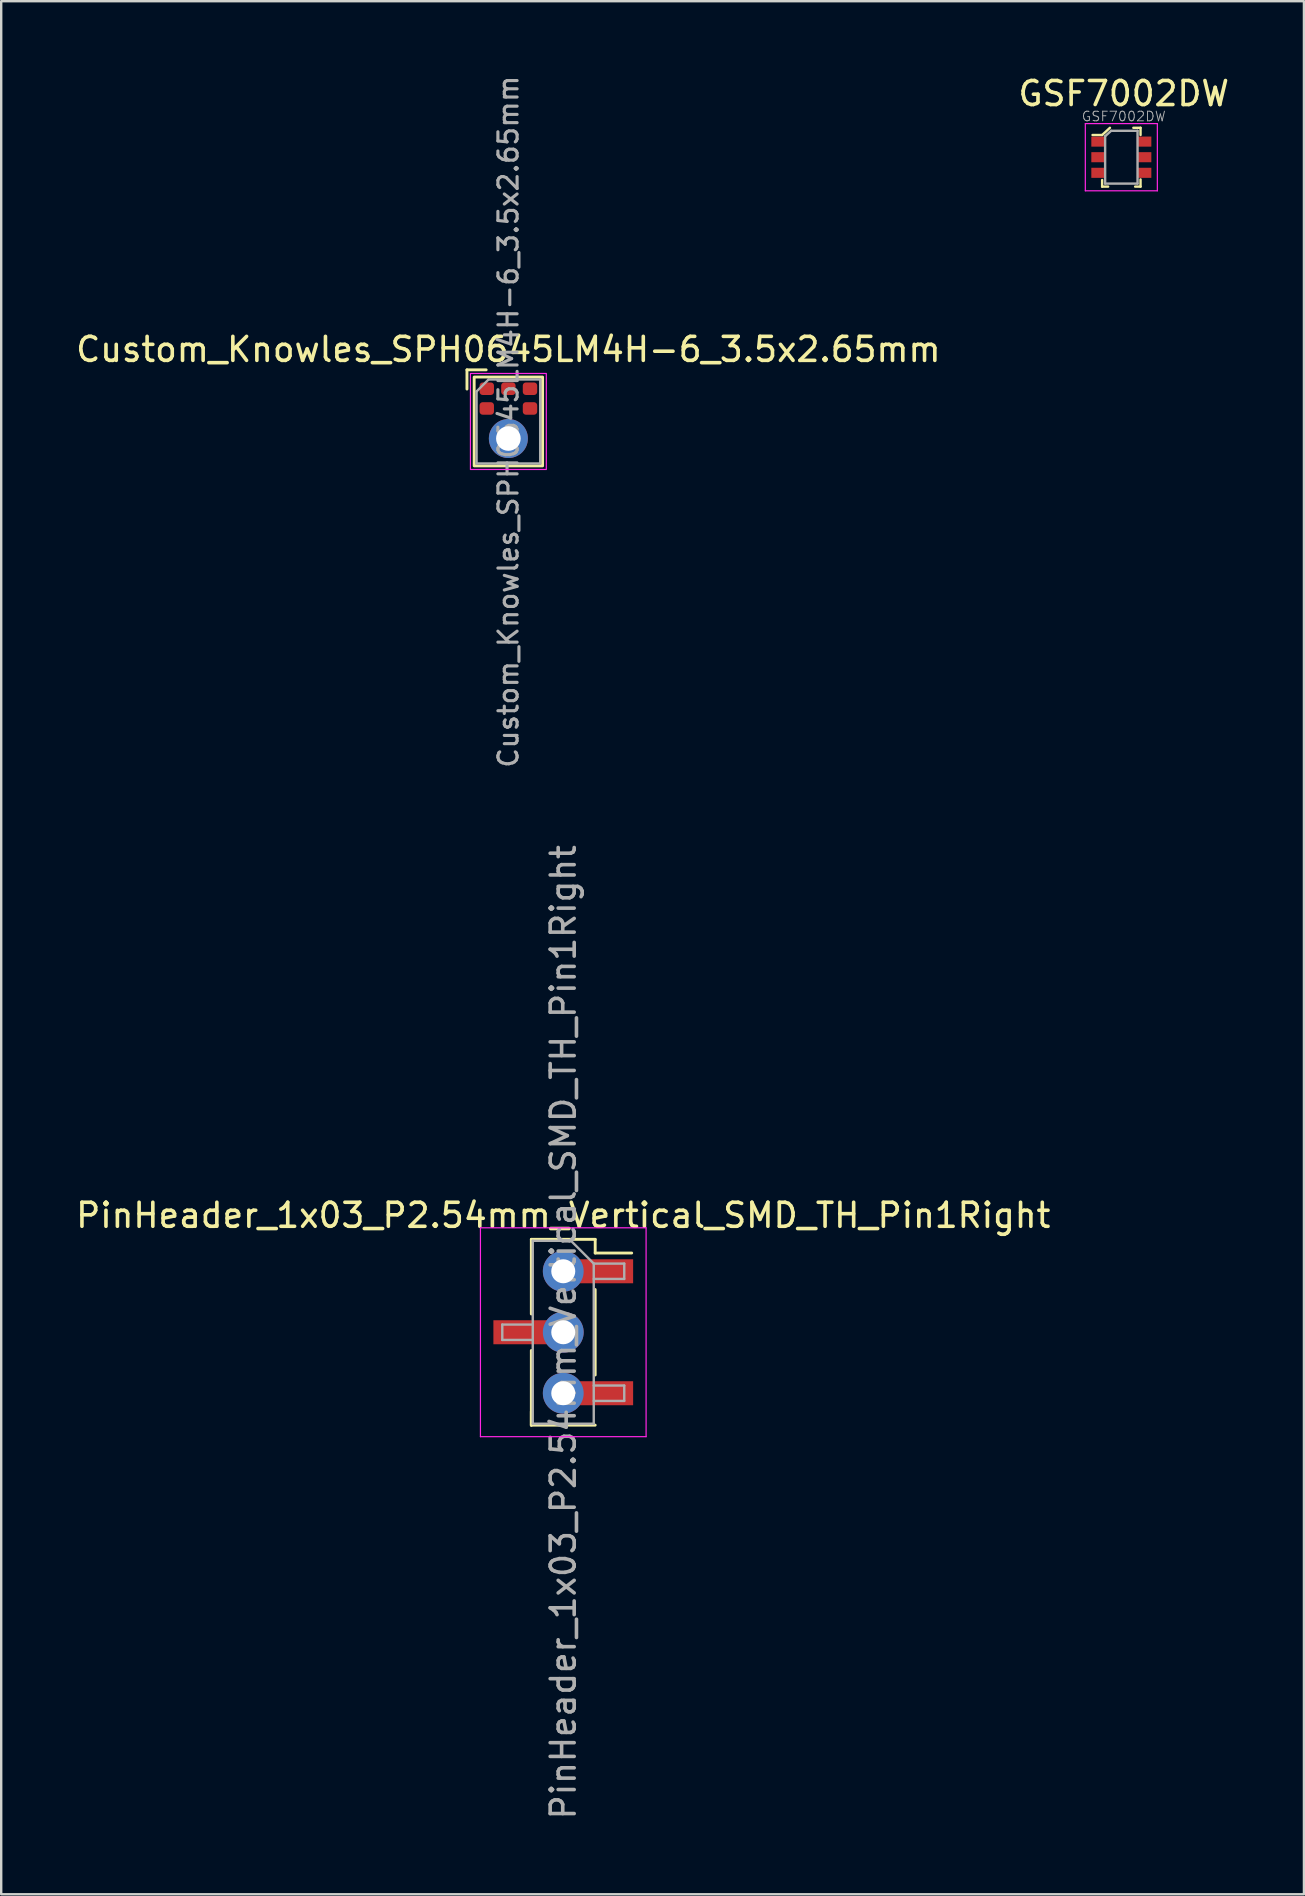
<source format=kicad_pcb>
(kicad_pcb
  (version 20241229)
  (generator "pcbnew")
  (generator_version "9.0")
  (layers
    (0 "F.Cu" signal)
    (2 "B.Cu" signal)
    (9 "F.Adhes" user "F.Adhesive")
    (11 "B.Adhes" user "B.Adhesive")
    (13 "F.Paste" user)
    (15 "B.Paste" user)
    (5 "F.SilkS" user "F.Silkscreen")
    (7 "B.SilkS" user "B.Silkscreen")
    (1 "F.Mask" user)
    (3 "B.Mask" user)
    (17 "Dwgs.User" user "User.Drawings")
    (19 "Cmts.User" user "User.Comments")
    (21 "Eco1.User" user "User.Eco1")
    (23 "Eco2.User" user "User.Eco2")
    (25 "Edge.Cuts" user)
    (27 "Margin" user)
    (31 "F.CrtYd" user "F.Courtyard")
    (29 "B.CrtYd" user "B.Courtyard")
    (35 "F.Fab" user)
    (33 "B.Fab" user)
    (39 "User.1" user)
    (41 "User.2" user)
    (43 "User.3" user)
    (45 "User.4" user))
  (footprint "Custom_Knowles_SPH0645LM4H-6_3.5x2.65mm"
    (layer "F.Cu")
    (at 18.125 14.505)
    (property "Reference" "Custom_Knowles_SPH0645LM4H-6_3.5x2.65mm" (at 0 -3 0) (unlocked yes) (layer "F.SilkS") (effects (font (size 1 1) (thickness 0.15))))
    (attr smd)
    (fp_line (start -1.725 -2.15) (end -1.725 -1.35) (stroke (width 0.12) (type solid)) (layer "F.SilkS"))
    (fp_line (start -0.925 -2.15) (end -1.725 -2.15) (stroke (width 0.12) (type solid)) (layer "F.SilkS"))
    (fp_rect (start -1.425 -1.85) (end 1.425 1.85) (stroke (width 0.12) (type solid)) (fill no) (layer "F.SilkS"))
    (fp_poly (pts (xy -0.641 1.209) (xy -0.723 1.08) (xy -0.78 0.937) (xy -0.809 0.787) (xy -0.809 0.633) (xy -0.78 0.483) (xy -0.723 0.34) (xy -0.641 0.211) (xy -0.426 0.425) (xy -0.468 0.501) (xy -0.496 0.582) (xy -0.511 0.667) (xy -0.511 0.753) (xy -0.496 0.838) (xy -0.468 0.919) (xy -0.426 0.995)) (stroke (width 0) (type solid)) (fill yes) (layer "F.Paste"))
    (fp_poly (pts (xy -0.499 0.069) (xy -0.37 -0.013) (xy -0.227 -0.07) (xy -0.077 -0.099) (xy 0.077 -0.099) (xy 0.227 -0.07) (xy 0.37 -0.013) (xy 0.499 0.069) (xy 0.285 0.284) (xy 0.209 0.242) (xy 0.128 0.214) (xy 0.043 0.199) (xy -0.043 0.199) (xy -0.128 0.214) (xy -0.209 0.242) (xy -0.285 0.284)) (stroke (width 0) (type solid)) (fill yes) (layer "F.Paste"))
    (fp_poly (pts (xy 0.499 1.351) (xy 0.37 1.433) (xy 0.227 1.49) (xy 0.077 1.519) (xy -0.077 1.519) (xy -0.227 1.49) (xy -0.37 1.433) (xy -0.499 1.351) (xy -0.285 1.136) (xy -0.209 1.178) (xy -0.128 1.206) (xy -0.043 1.221) (xy 0.043 1.221) (xy 0.128 1.206) (xy 0.209 1.178) (xy 0.285 1.136)) (stroke (width 0) (type solid)) (fill yes) (layer "F.Paste"))
    (fp_poly (pts (xy 0.641 0.211) (xy 0.723 0.34) (xy 0.78 0.483) (xy 0.809 0.633) (xy 0.809 0.787) (xy 0.78 0.937) (xy 0.723 1.08) (xy 0.641 1.209) (xy 0.426 0.995) (xy 0.468 0.919) (xy 0.496 0.838) (xy 0.511 0.753) (xy 0.511 0.667) (xy 0.496 0.582) (xy 0.468 0.501) (xy 0.426 0.425)) (stroke (width 0) (type solid)) (fill yes) (layer "F.Paste"))
    (fp_rect (start -1.58 -2) (end 1.58 2) (stroke (width 0.05) (type solid)) (fill no) (layer "F.CrtYd"))
    (fp_line (start -1.325 -1.25) (end -1.325 1.75) (stroke (width 0.1) (type solid)) (layer "F.Fab"))
    (fp_line (start -1.325 1.75) (end 1.325 1.75) (stroke (width 0.1) (type solid)) (layer "F.Fab"))
    (fp_line (start -0.825 -1.75) (end -1.325 -1.25) (stroke (width 0.1) (type solid)) (layer "F.Fab"))
    (fp_line (start 1.325 -1.75) (end -0.825 -1.75) (stroke (width 0.1) (type solid)) (layer "F.Fab"))
    (fp_line (start 1.325 1.75) (end 1.325 -1.75) (stroke (width 0.1) (type solid)) (layer "F.Fab"))
    (fp_text user "${REFERENCE}" (at 0 0.01 90) (unlocked yes) (layer "F.Fab") (effects (font (size 0.8 0.8) (thickness 0.13))))
    (pad "1" smd roundrect (at -0.9 -1.364) (size 0.6 0.522) (layers "F.Cu" "F.Mask" "F.Paste") (roundrect_rratio 0.25))
    (pad "2" smd roundrect (at -0.9 -0.542) (size 0.6 0.522) (layers "F.Cu" "F.Mask" "F.Paste") (roundrect_rratio 0.25))
    (pad "3" thru_hole circle (at 0 0.71 90) (size 1.625 1.625) (drill 1.025) (layers "*.Cu" "*.Mask"))
    (pad "4" smd roundrect (at 0.9 -0.542) (size 0.6 0.522) (layers "F.Cu" "F.Mask" "F.Paste") (roundrect_rratio 0.25))
    (pad "5" smd roundrect (at 0.9 -1.364) (size 0.6 0.522) (layers "F.Cu" "F.Mask" "F.Paste") (roundrect_rratio 0.25))
    (pad "6" smd roundrect (at 0 -1.364) (size 0.6 0.522) (layers "F.Cu" "F.Mask" "F.Paste") (roundrect_rratio 0.25)))
  (footprint "PinHeader_1x03_P2.54mm_Vertical_SMD_TH_Pin1Right"
    (layer "F.Cu")
    (at 20.411 52.441)
    (property "Reference" "PinHeader_1x03_P2.54mm_Vertical_SMD_TH_Pin1Right" (at 0 -4.87 0) (layer "F.SilkS") (effects (font (size 1 1) (thickness 0.15))))
    (attr smd)
    (fp_line (start -1.33 -3.87) (end -1.33 -0.76) (stroke (width 0.12) (type solid)) (layer "F.SilkS"))
    (fp_line (start -1.33 -3.87) (end 1.33 -3.87) (stroke (width 0.12) (type solid)) (layer "F.SilkS"))
    (fp_line (start -1.33 0.76) (end -1.33 3.87) (stroke (width 0.12) (type solid)) (layer "F.SilkS"))
    (fp_line (start -1.33 3.3) (end -1.33 3.87) (stroke (width 0.12) (type solid)) (layer "F.SilkS"))
    (fp_line (start -1.33 3.87) (end 1.33 3.87) (stroke (width 0.12) (type solid)) (layer "F.SilkS"))
    (fp_line (start 1.33 -3.87) (end 1.33 -3.3) (stroke (width 0.12) (type solid)) (layer "F.SilkS"))
    (fp_line (start 1.33 -3.3) (end 2.85 -3.3) (stroke (width 0.12) (type solid)) (layer "F.SilkS"))
    (fp_line (start 1.33 -1.78) (end 1.33 1.78) (stroke (width 0.12) (type solid)) (layer "F.SilkS"))
    (fp_line (start -3.45 -4.35) (end -3.45 4.35) (stroke (width 0.05) (type solid)) (layer "F.CrtYd"))
    (fp_line (start -3.45 4.35) (end 3.45 4.35) (stroke (width 0.05) (type solid)) (layer "F.CrtYd"))
    (fp_line (start 3.45 -4.35) (end -3.45 -4.35) (stroke (width 0.05) (type solid)) (layer "F.CrtYd"))
    (fp_line (start 3.45 4.35) (end 3.45 -4.35) (stroke (width 0.05) (type solid)) (layer "F.CrtYd"))
    (fp_line (start -2.54 -0.32) (end -2.54 0.32) (stroke (width 0.1) (type solid)) (layer "F.Fab"))
    (fp_line (start -2.54 0.32) (end -1.27 0.32) (stroke (width 0.1) (type solid)) (layer "F.Fab"))
    (fp_line (start -1.27 -3.81) (end -1.27 3.81) (stroke (width 0.1) (type solid)) (layer "F.Fab"))
    (fp_line (start -1.27 -3.81) (end 0.32 -3.81) (stroke (width 0.1) (type solid)) (layer "F.Fab"))
    (fp_line (start -1.27 -0.32) (end -2.54 -0.32) (stroke (width 0.1) (type solid)) (layer "F.Fab"))
    (fp_line (start 1.27 -2.86) (end 0.32 -3.81) (stroke (width 0.1) (type solid)) (layer "F.Fab"))
    (fp_line (start 1.27 -2.86) (end 2.54 -2.86) (stroke (width 0.1) (type solid)) (layer "F.Fab"))
    (fp_line (start 1.27 2.22) (end 2.54 2.22) (stroke (width 0.1) (type solid)) (layer "F.Fab"))
    (fp_line (start 1.27 3.81) (end -1.27 3.81) (stroke (width 0.1) (type solid)) (layer "F.Fab"))
    (fp_line (start 1.27 3.81) (end 1.27 -2.86) (stroke (width 0.1) (type solid)) (layer "F.Fab"))
    (fp_line (start 2.54 -2.86) (end 2.54 -2.22) (stroke (width 0.1) (type solid)) (layer "F.Fab"))
    (fp_line (start 2.54 -2.22) (end 1.27 -2.22) (stroke (width 0.1) (type solid)) (layer "F.Fab"))
    (fp_line (start 2.54 2.22) (end 2.54 2.86) (stroke (width 0.1) (type solid)) (layer "F.Fab"))
    (fp_line (start 2.54 2.86) (end 1.27 2.86) (stroke (width 0.1) (type solid)) (layer "F.Fab"))
    (fp_text user "${REFERENCE}" (at 0 0 90) (layer "F.Fab") (effects (font (size 1 1) (thickness 0.15))))
    (pad "1" thru_hole oval (at 0 -2.54) (size 1.7 1.7) (drill 1) (layers "*.Cu" "*.Mask"))
    (pad "1" smd rect (at 1.655 -2.54) (size 2.51 1) (layers "F.Cu" "F.Mask" "F.Paste"))
    (pad "2" smd rect (at -1.655 0) (size 2.51 1) (layers "F.Cu" "F.Mask" "F.Paste"))
    (pad "2" thru_hole oval (at 0 0) (size 1.7 1.7) (drill 1) (layers "*.Cu" "*.Mask"))
    (pad "3" thru_hole oval (at 0 2.54) (size 1.7 1.7) (drill 1) (layers "*.Cu" "*.Mask"))
    (pad "3" smd rect (at 1.655 2.54) (size 2.51 1) (layers "F.Cu" "F.Mask" "F.Paste")))
  (footprint "GSF7002DW"
    (layer "F.Cu")
    (at 43.756 3.598)
    (property "Reference" "GSF7002DW" (at 0 -2.75 0) (layer "F.SilkS") (effects (font (size 1 1) (thickness 0.15))))
    (attr smd)
    (fp_line (start -0.9 -1.025) (end -1.3 -1.025) (stroke (width 0.1) (type solid)) (layer "F.SilkS"))
    (fp_line (start -0.9 0.85) (end -0.9 1.125) (stroke (width 0.1) (type solid)) (layer "F.SilkS"))
    (fp_line (start -0.9 1.125) (end -0.65 1.125) (stroke (width 0.1) (type solid)) (layer "F.SilkS"))
    (fp_line (start -0.575 -1.325) (end -0.9 -1.025) (stroke (width 0.1) (type solid)) (layer "F.SilkS"))
    (fp_line (start 0.7 -1.325) (end 0.4 -1.325) (stroke (width 0.1) (type solid)) (layer "F.SilkS"))
    (fp_line (start 0.7 -1.025) (end 0.7 -1.325) (stroke (width 0.1) (type solid)) (layer "F.SilkS"))
    (fp_line (start 0.7 0.825) (end 0.7 1.125) (stroke (width 0.1) (type solid)) (layer "F.SilkS"))
    (fp_line (start 0.7 1.125) (end 0.475 1.125) (stroke (width 0.1) (type solid)) (layer "F.SilkS"))
    (fp_line (start -1.6 -1.5) (end 1.4 -1.5) (stroke (width 0.05) (type solid)) (layer "F.CrtYd"))
    (fp_line (start -1.6 1.3) (end -1.6 -1.5) (stroke (width 0.05) (type solid)) (layer "F.CrtYd"))
    (fp_line (start 1.4 -1.5) (end 1.4 1.3) (stroke (width 0.05) (type solid)) (layer "F.CrtYd"))
    (fp_line (start 1.4 1.3) (end -1.6 1.3) (stroke (width 0.05) (type solid)) (layer "F.CrtYd"))
    (fp_line (start -0.775 -0.975) (end -0.775 1) (stroke (width 0.1) (type solid)) (layer "F.Fab"))
    (fp_line (start -0.525 -1.2) (end -0.775 -0.975) (stroke (width 0.1) (type solid)) (layer "F.Fab"))
    (fp_line (start -0.525 -1.2) (end 0.575 -1.2) (stroke (width 0.1) (type solid)) (layer "F.Fab"))
    (fp_line (start 0.575 -1.2) (end 0.575 1) (stroke (width 0.1) (type solid)) (layer "F.Fab"))
    (fp_line (start 0.575 1) (end -0.775 1) (stroke (width 0.1) (type solid)) (layer "F.Fab"))
    (fp_text user "${REFERENCE}" (at 0 -1.8 180) (layer "F.Fab") (effects (font (size 0.4 0.4) (thickness 0.04))))
    (pad "D1" smd rect (at 0.85 -0.75 270) (size 0.42 0.6) (layers "F.Cu" "F.Mask" "F.Paste"))
    (pad "D2" smd rect (at -1.05 0.55 270) (size 0.42 0.6) (layers "F.Cu" "F.Mask" "F.Paste"))
    (pad "G1" smd rect (at -1.05 -0.1 270) (size 0.42 0.6) (layers "F.Cu" "F.Mask" "F.Paste"))
    (pad "G2" smd rect (at 0.85 -0.1 270) (size 0.42 0.6) (layers "F.Cu" "F.Mask" "F.Paste"))
    (pad "S1" smd rect (at -1.05 -0.75 270) (size 0.42 0.6) (layers "F.Cu" "F.Mask" "F.Paste"))
    (pad "S2" smd rect (at 0.85 0.55 270) (size 0.42 0.6) (layers "F.Cu" "F.Mask" "F.Paste")))
  (gr_rect
    (start -3 -3)
    (end 51.262 75.851)
    (stroke (width 0.1) (type default))
    (fill no)
    (layer "Edge.Cuts")))
</source>
